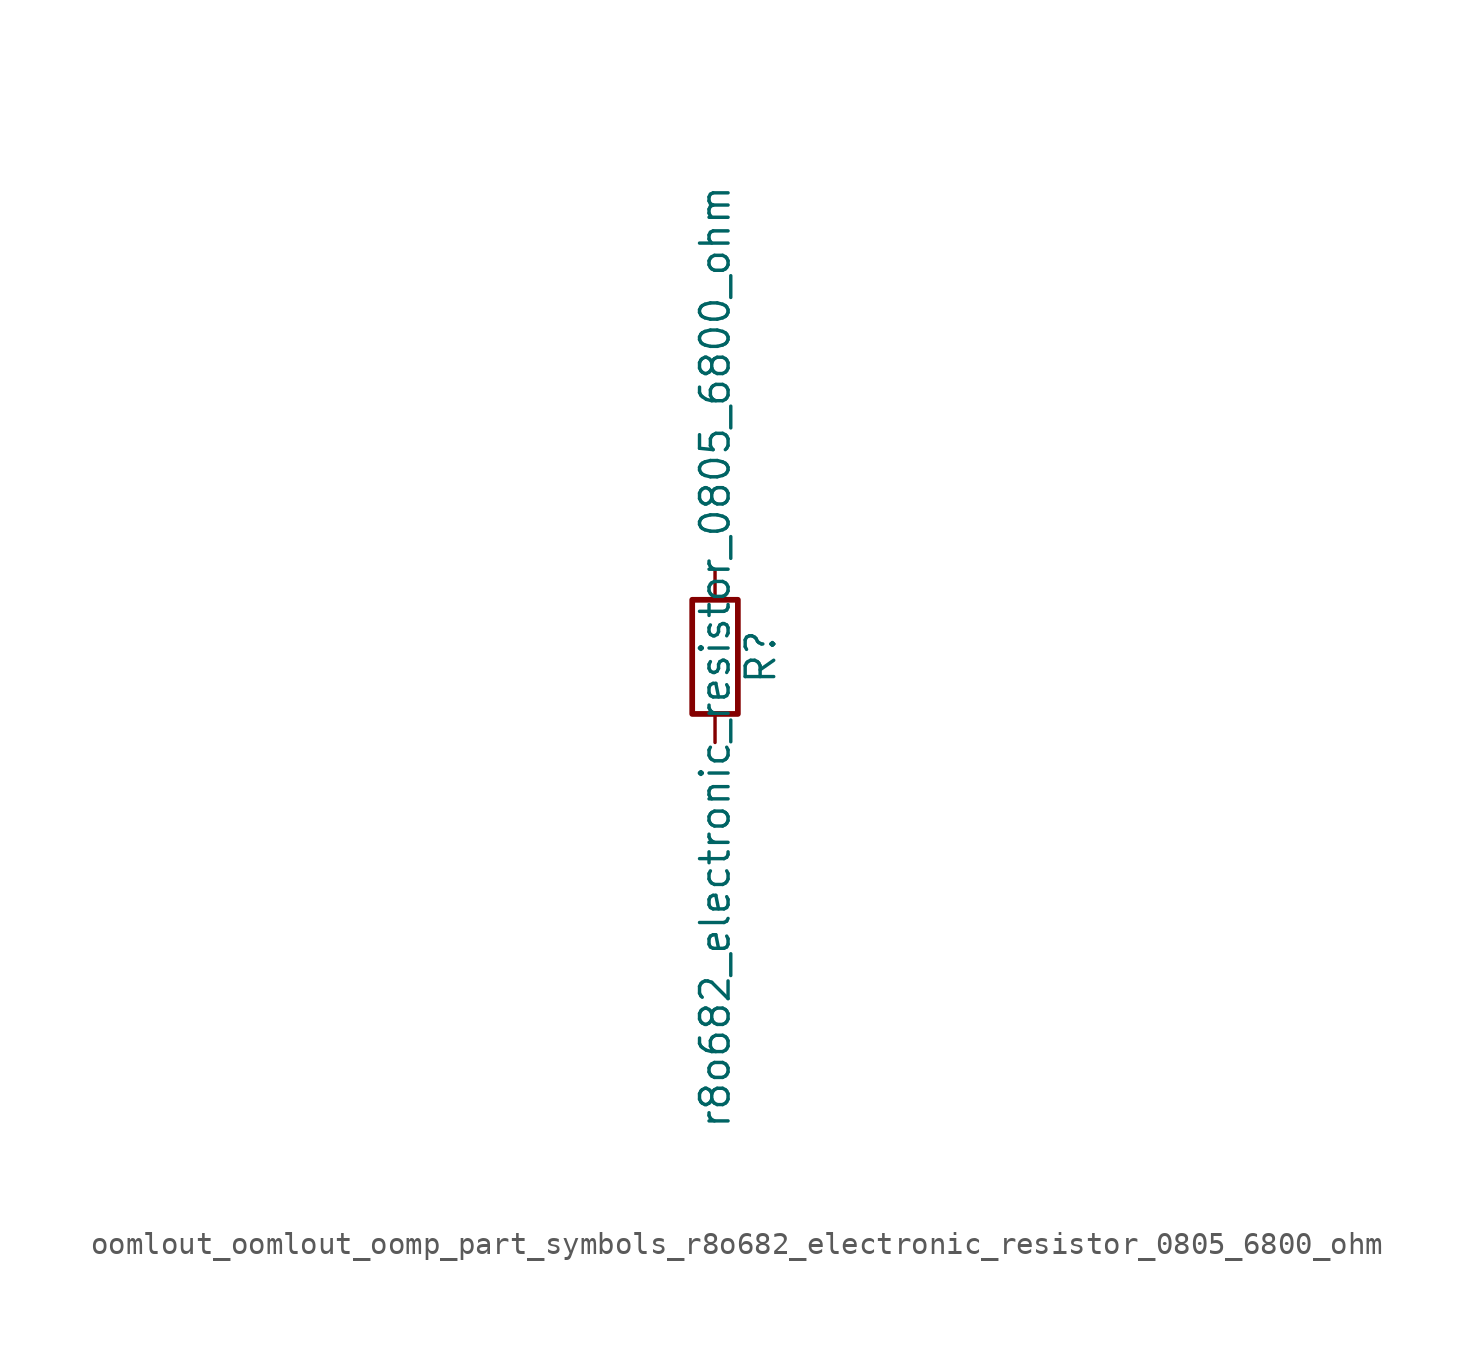
<source format=kicad_sym>
(kicad_symbol_lib
  (version 20220914)
  (generator kicad_symbol_editor)
  (symbol "oomlout_oomlout_oomp_part_symbols_r8o682_electronic_resistor_0805_6800_ohm"
    (pin_numbers hide)
    (pin_names
      (offset 0))
    (property "Reference" "R"
      (at 2.032 0 90)
      (effects (font (size 1.27 1.27))))
    (property "Value" "r8o682_electronic_resistor_0805_6800_ohm"
      (at 0 0 90)
      (effects (font (size 1.27 1.27))))
    (symbol "oomlout_oomlout_oomp_part_symbols_r8o682_electronic_resistor_0805_6800_ohm_0_1"
      (rectangle (start -1.016 -2.54) (end 1.016 2.54) (stroke (width 0.254) (type default)) (fill (type none))))
    (symbol "oomlout_oomlout_oomp_part_symbols_r8o682_electronic_resistor_0805_6800_ohm_1_1"
      (pin passive line (at 0 3.81 270) (length 1.27) (name "~" (effects (font (size 1.27 1.27)))) (number "1" (effects (font (size 1.27 1.27)))))
      (pin passive line (at 0 -3.81 90) (length 1.27) (name "~" (effects (font (size 1.27 1.27)))) (number "2" (effects (font (size 1.27 1.27))))))))
</source>
